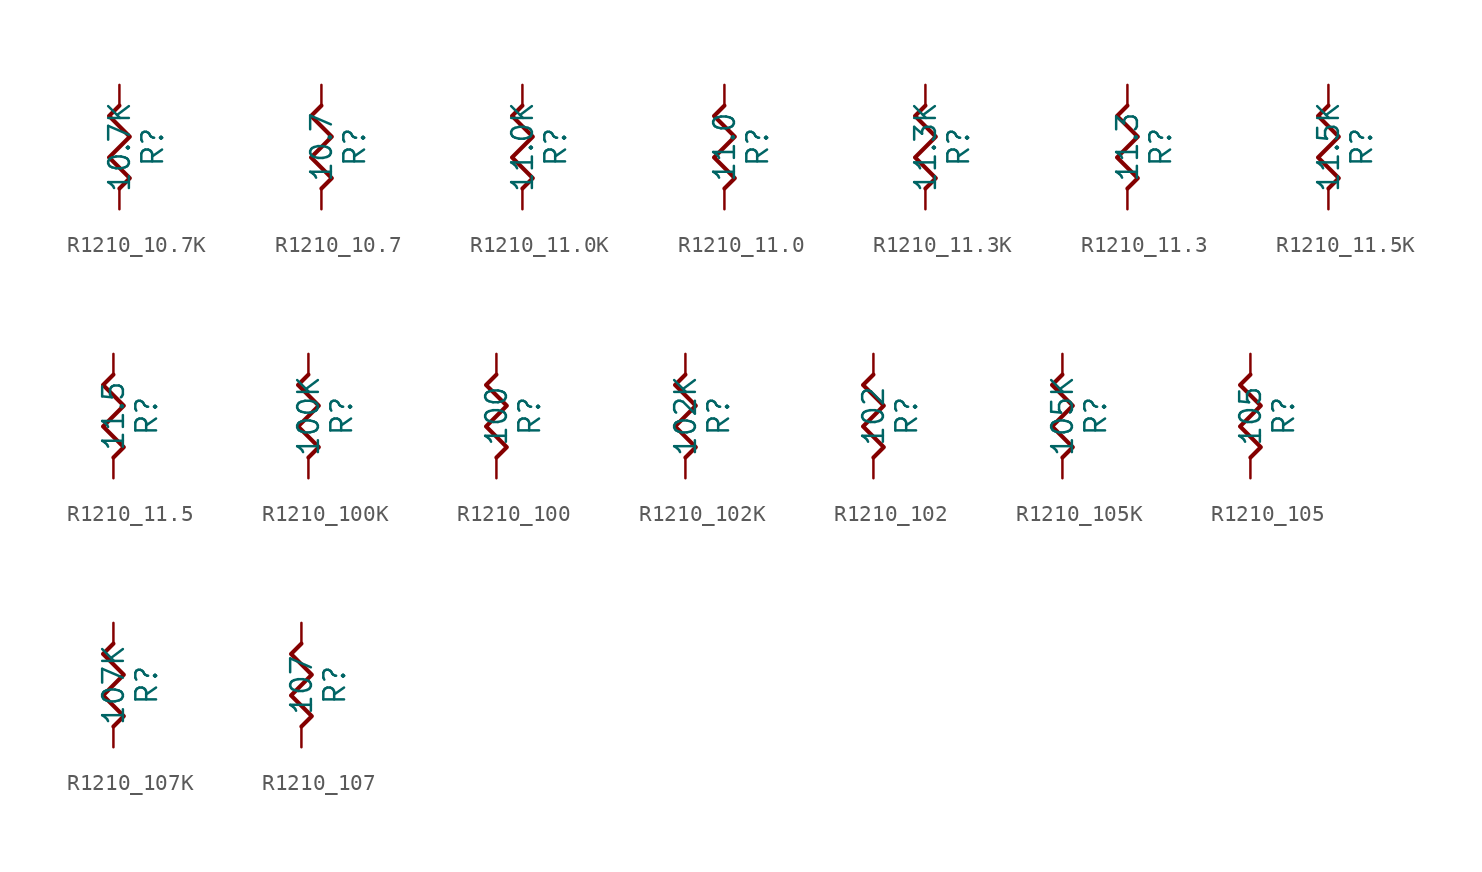
<source format=kicad_sym>
(kicad_symbol_lib
  (version 20211014)
  (generator atlantix-eda)
  (symbol "R1210_10.7K"
    (pin_numbers hide)
    (pin_names
      (offset 0))
    (property "Reference" "R"
      (at 2.032 0 90)
      (effects (font (size 1.27 1.27))))
    (property "Value" "10.7K"
      (at 0 0 90)
      (effects (font (size 1.27 1.27))))
    (symbol "R1210_10.7K_0_1"
      (polyline (pts (xy 0 -2.54) (xy 0.635 -1.905) (xy -0.635 -0.635) (xy 0.635 0.635) (xy -0.635 1.905) (xy 0 2.54)) (stroke (width 0.254) (type default) (color 0 0 0 0)) (fill (type none))))
    (symbol "R1210_10.7K_1_1"
      (pin passive line (at 0 3.81 270) (length 1.27) (name "~" (effects (font (size 1.27 1.27)))) (number "1" (effects (font (size 1.27 1.27)))))
      (pin passive line (at 0 -3.81 90) (length 1.27) (name "~" (effects (font (size 1.27 1.27)))) (number "2" (effects (font (size 1.27 1.27)))))))
  (symbol "R1210_10.7"
    (pin_numbers hide)
    (pin_names
      (offset 0))
    (property "Reference" "R"
      (at 2.032 0 90)
      (effects (font (size 1.27 1.27))))
    (property "Value" "10.7"
      (at 0 0 90)
      (effects (font (size 1.27 1.27))))
    (symbol "R1210_10.7_0_1"
      (polyline (pts (xy 0 -2.54) (xy 0.635 -1.905) (xy -0.635 -0.635) (xy 0.635 0.635) (xy -0.635 1.905) (xy 0 2.54)) (stroke (width 0.254) (type default) (color 0 0 0 0)) (fill (type none))))
    (symbol "R1210_10.7_1_1"
      (pin passive line (at 0 3.81 270) (length 1.27) (name "~" (effects (font (size 1.27 1.27)))) (number "1" (effects (font (size 1.27 1.27)))))
      (pin passive line (at 0 -3.81 90) (length 1.27) (name "~" (effects (font (size 1.27 1.27)))) (number "2" (effects (font (size 1.27 1.27)))))))
  (symbol "R1210_11.0K"
    (pin_numbers hide)
    (pin_names
      (offset 0))
    (property "Reference" "R"
      (at 2.032 0 90)
      (effects (font (size 1.27 1.27))))
    (property "Value" "11.0K"
      (at 0 0 90)
      (effects (font (size 1.27 1.27))))
    (symbol "R1210_11.0K_0_1"
      (polyline (pts (xy 0 -2.54) (xy 0.635 -1.905) (xy -0.635 -0.635) (xy 0.635 0.635) (xy -0.635 1.905) (xy 0 2.54)) (stroke (width 0.254) (type default) (color 0 0 0 0)) (fill (type none))))
    (symbol "R1210_11.0K_1_1"
      (pin passive line (at 0 3.81 270) (length 1.27) (name "~" (effects (font (size 1.27 1.27)))) (number "1" (effects (font (size 1.27 1.27)))))
      (pin passive line (at 0 -3.81 90) (length 1.27) (name "~" (effects (font (size 1.27 1.27)))) (number "2" (effects (font (size 1.27 1.27)))))))
  (symbol "R1210_11.0"
    (pin_numbers hide)
    (pin_names
      (offset 0))
    (property "Reference" "R"
      (at 2.032 0 90)
      (effects (font (size 1.27 1.27))))
    (property "Value" "11.0"
      (at 0 0 90)
      (effects (font (size 1.27 1.27))))
    (symbol "R1210_11.0_0_1"
      (polyline (pts (xy 0 -2.54) (xy 0.635 -1.905) (xy -0.635 -0.635) (xy 0.635 0.635) (xy -0.635 1.905) (xy 0 2.54)) (stroke (width 0.254) (type default) (color 0 0 0 0)) (fill (type none))))
    (symbol "R1210_11.0_1_1"
      (pin passive line (at 0 3.81 270) (length 1.27) (name "~" (effects (font (size 1.27 1.27)))) (number "1" (effects (font (size 1.27 1.27)))))
      (pin passive line (at 0 -3.81 90) (length 1.27) (name "~" (effects (font (size 1.27 1.27)))) (number "2" (effects (font (size 1.27 1.27)))))))
  (symbol "R1210_11.3K"
    (pin_numbers hide)
    (pin_names
      (offset 0))
    (property "Reference" "R"
      (at 2.032 0 90)
      (effects (font (size 1.27 1.27))))
    (property "Value" "11.3K"
      (at 0 0 90)
      (effects (font (size 1.27 1.27))))
    (symbol "R1210_11.3K_0_1"
      (polyline (pts (xy 0 -2.54) (xy 0.635 -1.905) (xy -0.635 -0.635) (xy 0.635 0.635) (xy -0.635 1.905) (xy 0 2.54)) (stroke (width 0.254) (type default) (color 0 0 0 0)) (fill (type none))))
    (symbol "R1210_11.3K_1_1"
      (pin passive line (at 0 3.81 270) (length 1.27) (name "~" (effects (font (size 1.27 1.27)))) (number "1" (effects (font (size 1.27 1.27)))))
      (pin passive line (at 0 -3.81 90) (length 1.27) (name "~" (effects (font (size 1.27 1.27)))) (number "2" (effects (font (size 1.27 1.27)))))))
  (symbol "R1210_11.3"
    (pin_numbers hide)
    (pin_names
      (offset 0))
    (property "Reference" "R"
      (at 2.032 0 90)
      (effects (font (size 1.27 1.27))))
    (property "Value" "11.3"
      (at 0 0 90)
      (effects (font (size 1.27 1.27))))
    (symbol "R1210_11.3_0_1"
      (polyline (pts (xy 0 -2.54) (xy 0.635 -1.905) (xy -0.635 -0.635) (xy 0.635 0.635) (xy -0.635 1.905) (xy 0 2.54)) (stroke (width 0.254) (type default) (color 0 0 0 0)) (fill (type none))))
    (symbol "R1210_11.3_1_1"
      (pin passive line (at 0 3.81 270) (length 1.27) (name "~" (effects (font (size 1.27 1.27)))) (number "1" (effects (font (size 1.27 1.27)))))
      (pin passive line (at 0 -3.81 90) (length 1.27) (name "~" (effects (font (size 1.27 1.27)))) (number "2" (effects (font (size 1.27 1.27)))))))
  (symbol "R1210_11.5K"
    (pin_numbers hide)
    (pin_names
      (offset 0))
    (property "Reference" "R"
      (at 2.032 0 90)
      (effects (font (size 1.27 1.27))))
    (property "Value" "11.5K"
      (at 0 0 90)
      (effects (font (size 1.27 1.27))))
    (symbol "R1210_11.5K_0_1"
      (polyline (pts (xy 0 -2.54) (xy 0.635 -1.905) (xy -0.635 -0.635) (xy 0.635 0.635) (xy -0.635 1.905) (xy 0 2.54)) (stroke (width 0.254) (type default) (color 0 0 0 0)) (fill (type none))))
    (symbol "R1210_11.5K_1_1"
      (pin passive line (at 0 3.81 270) (length 1.27) (name "~" (effects (font (size 1.27 1.27)))) (number "1" (effects (font (size 1.27 1.27)))))
      (pin passive line (at 0 -3.81 90) (length 1.27) (name "~" (effects (font (size 1.27 1.27)))) (number "2" (effects (font (size 1.27 1.27)))))))
  (symbol "R1210_11.5"
    (pin_numbers hide)
    (pin_names
      (offset 0))
    (property "Reference" "R"
      (at 2.032 0 90)
      (effects (font (size 1.27 1.27))))
    (property "Value" "11.5"
      (at 0 0 90)
      (effects (font (size 1.27 1.27))))
    (symbol "R1210_11.5_0_1"
      (polyline (pts (xy 0 -2.54) (xy 0.635 -1.905) (xy -0.635 -0.635) (xy 0.635 0.635) (xy -0.635 1.905) (xy 0 2.54)) (stroke (width 0.254) (type default) (color 0 0 0 0)) (fill (type none))))
    (symbol "R1210_11.5_1_1"
      (pin passive line (at 0 3.81 270) (length 1.27) (name "~" (effects (font (size 1.27 1.27)))) (number "1" (effects (font (size 1.27 1.27)))))
      (pin passive line (at 0 -3.81 90) (length 1.27) (name "~" (effects (font (size 1.27 1.27)))) (number "2" (effects (font (size 1.27 1.27)))))))
  (symbol "R1210_100K"
    (pin_numbers hide)
    (pin_names
      (offset 0))
    (property "Reference" "R"
      (at 2.032 0 90)
      (effects (font (size 1.27 1.27))))
    (property "Value" "100K"
      (at 0 0 90)
      (effects (font (size 1.27 1.27))))
    (symbol "R1210_100K_0_1"
      (polyline (pts (xy 0 -2.54) (xy 0.635 -1.905) (xy -0.635 -0.635) (xy 0.635 0.635) (xy -0.635 1.905) (xy 0 2.54)) (stroke (width 0.254) (type default) (color 0 0 0 0)) (fill (type none))))
    (symbol "R1210_100K_1_1"
      (pin passive line (at 0 3.81 270) (length 1.27) (name "~" (effects (font (size 1.27 1.27)))) (number "1" (effects (font (size 1.27 1.27)))))
      (pin passive line (at 0 -3.81 90) (length 1.27) (name "~" (effects (font (size 1.27 1.27)))) (number "2" (effects (font (size 1.27 1.27)))))))
  (symbol "R1210_100"
    (pin_numbers hide)
    (pin_names
      (offset 0))
    (property "Reference" "R"
      (at 2.032 0 90)
      (effects (font (size 1.27 1.27))))
    (property "Value" "100"
      (at 0 0 90)
      (effects (font (size 1.27 1.27))))
    (symbol "R1210_100_0_1"
      (polyline (pts (xy 0 -2.54) (xy 0.635 -1.905) (xy -0.635 -0.635) (xy 0.635 0.635) (xy -0.635 1.905) (xy 0 2.54)) (stroke (width 0.254) (type default) (color 0 0 0 0)) (fill (type none))))
    (symbol "R1210_100_1_1"
      (pin passive line (at 0 3.81 270) (length 1.27) (name "~" (effects (font (size 1.27 1.27)))) (number "1" (effects (font (size 1.27 1.27)))))
      (pin passive line (at 0 -3.81 90) (length 1.27) (name "~" (effects (font (size 1.27 1.27)))) (number "2" (effects (font (size 1.27 1.27)))))))
  (symbol "R1210_102K"
    (pin_numbers hide)
    (pin_names
      (offset 0))
    (property "Reference" "R"
      (at 2.032 0 90)
      (effects (font (size 1.27 1.27))))
    (property "Value" "102K"
      (at 0 0 90)
      (effects (font (size 1.27 1.27))))
    (symbol "R1210_102K_0_1"
      (polyline (pts (xy 0 -2.54) (xy 0.635 -1.905) (xy -0.635 -0.635) (xy 0.635 0.635) (xy -0.635 1.905) (xy 0 2.54)) (stroke (width 0.254) (type default) (color 0 0 0 0)) (fill (type none))))
    (symbol "R1210_102K_1_1"
      (pin passive line (at 0 3.81 270) (length 1.27) (name "~" (effects (font (size 1.27 1.27)))) (number "1" (effects (font (size 1.27 1.27)))))
      (pin passive line (at 0 -3.81 90) (length 1.27) (name "~" (effects (font (size 1.27 1.27)))) (number "2" (effects (font (size 1.27 1.27)))))))
  (symbol "R1210_102"
    (pin_numbers hide)
    (pin_names
      (offset 0))
    (property "Reference" "R"
      (at 2.032 0 90)
      (effects (font (size 1.27 1.27))))
    (property "Value" "102"
      (at 0 0 90)
      (effects (font (size 1.27 1.27))))
    (symbol "R1210_102_0_1"
      (polyline (pts (xy 0 -2.54) (xy 0.635 -1.905) (xy -0.635 -0.635) (xy 0.635 0.635) (xy -0.635 1.905) (xy 0 2.54)) (stroke (width 0.254) (type default) (color 0 0 0 0)) (fill (type none))))
    (symbol "R1210_102_1_1"
      (pin passive line (at 0 3.81 270) (length 1.27) (name "~" (effects (font (size 1.27 1.27)))) (number "1" (effects (font (size 1.27 1.27)))))
      (pin passive line (at 0 -3.81 90) (length 1.27) (name "~" (effects (font (size 1.27 1.27)))) (number "2" (effects (font (size 1.27 1.27)))))))
  (symbol "R1210_105K"
    (pin_numbers hide)
    (pin_names
      (offset 0))
    (property "Reference" "R"
      (at 2.032 0 90)
      (effects (font (size 1.27 1.27))))
    (property "Value" "105K"
      (at 0 0 90)
      (effects (font (size 1.27 1.27))))
    (symbol "R1210_105K_0_1"
      (polyline (pts (xy 0 -2.54) (xy 0.635 -1.905) (xy -0.635 -0.635) (xy 0.635 0.635) (xy -0.635 1.905) (xy 0 2.54)) (stroke (width 0.254) (type default) (color 0 0 0 0)) (fill (type none))))
    (symbol "R1210_105K_1_1"
      (pin passive line (at 0 3.81 270) (length 1.27) (name "~" (effects (font (size 1.27 1.27)))) (number "1" (effects (font (size 1.27 1.27)))))
      (pin passive line (at 0 -3.81 90) (length 1.27) (name "~" (effects (font (size 1.27 1.27)))) (number "2" (effects (font (size 1.27 1.27)))))))
  (symbol "R1210_105"
    (pin_numbers hide)
    (pin_names
      (offset 0))
    (property "Reference" "R"
      (at 2.032 0 90)
      (effects (font (size 1.27 1.27))))
    (property "Value" "105"
      (at 0 0 90)
      (effects (font (size 1.27 1.27))))
    (symbol "R1210_105_0_1"
      (polyline (pts (xy 0 -2.54) (xy 0.635 -1.905) (xy -0.635 -0.635) (xy 0.635 0.635) (xy -0.635 1.905) (xy 0 2.54)) (stroke (width 0.254) (type default) (color 0 0 0 0)) (fill (type none))))
    (symbol "R1210_105_1_1"
      (pin passive line (at 0 3.81 270) (length 1.27) (name "~" (effects (font (size 1.27 1.27)))) (number "1" (effects (font (size 1.27 1.27)))))
      (pin passive line (at 0 -3.81 90) (length 1.27) (name "~" (effects (font (size 1.27 1.27)))) (number "2" (effects (font (size 1.27 1.27)))))))
  (symbol "R1210_107K"
    (pin_numbers hide)
    (pin_names
      (offset 0))
    (property "Reference" "R"
      (at 2.032 0 90)
      (effects (font (size 1.27 1.27))))
    (property "Value" "107K"
      (at 0 0 90)
      (effects (font (size 1.27 1.27))))
    (symbol "R1210_107K_0_1"
      (polyline (pts (xy 0 -2.54) (xy 0.635 -1.905) (xy -0.635 -0.635) (xy 0.635 0.635) (xy -0.635 1.905) (xy 0 2.54)) (stroke (width 0.254) (type default) (color 0 0 0 0)) (fill (type none))))
    (symbol "R1210_107K_1_1"
      (pin passive line (at 0 3.81 270) (length 1.27) (name "~" (effects (font (size 1.27 1.27)))) (number "1" (effects (font (size 1.27 1.27)))))
      (pin passive line (at 0 -3.81 90) (length 1.27) (name "~" (effects (font (size 1.27 1.27)))) (number "2" (effects (font (size 1.27 1.27)))))))
  (symbol "R1210_107"
    (pin_numbers hide)
    (pin_names
      (offset 0))
    (property "Reference" "R"
      (at 2.032 0 90)
      (effects (font (size 1.27 1.27))))
    (property "Value" "107"
      (at 0 0 90)
      (effects (font (size 1.27 1.27))))
    (symbol "R1210_107_0_1"
      (polyline (pts (xy 0 -2.54) (xy 0.635 -1.905) (xy -0.635 -0.635) (xy 0.635 0.635) (xy -0.635 1.905) (xy 0 2.54)) (stroke (width 0.254) (type default) (color 0 0 0 0)) (fill (type none))))
    (symbol "R1210_107_1_1"
      (pin passive line (at 0 3.81 270) (length 1.27) (name "~" (effects (font (size 1.27 1.27)))) (number "1" (effects (font (size 1.27 1.27)))))
      (pin passive line (at 0 -3.81 90) (length 1.27) (name "~" (effects (font (size 1.27 1.27)))) (number "2" (effects (font (size 1.27 1.27))))))))
</source>
